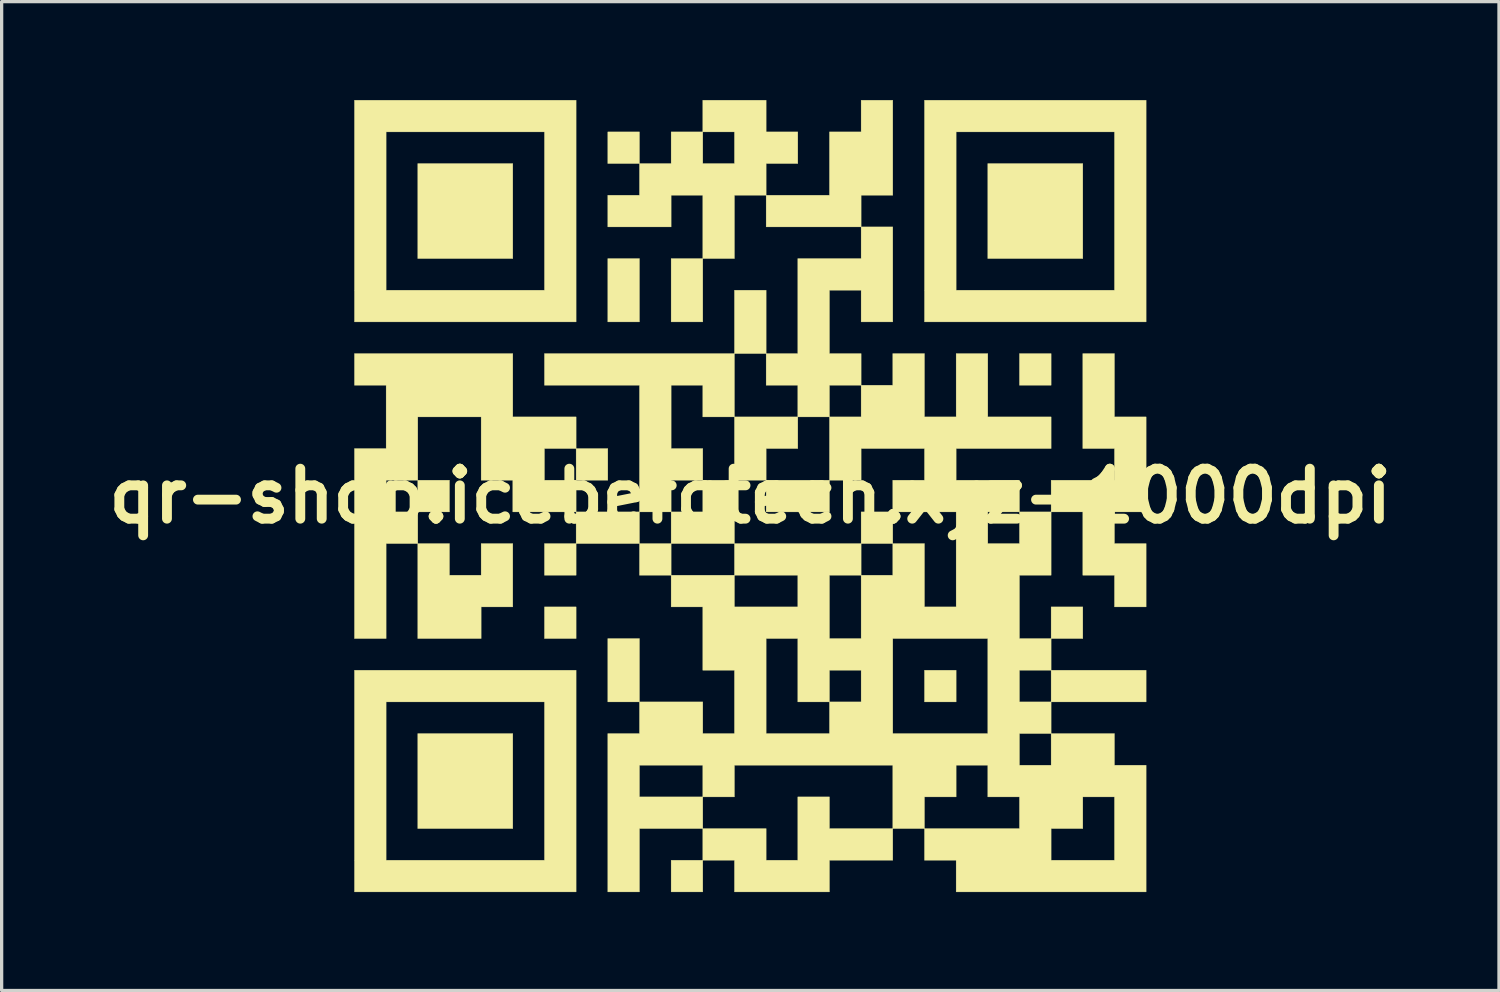
<source format=kicad_pcb>
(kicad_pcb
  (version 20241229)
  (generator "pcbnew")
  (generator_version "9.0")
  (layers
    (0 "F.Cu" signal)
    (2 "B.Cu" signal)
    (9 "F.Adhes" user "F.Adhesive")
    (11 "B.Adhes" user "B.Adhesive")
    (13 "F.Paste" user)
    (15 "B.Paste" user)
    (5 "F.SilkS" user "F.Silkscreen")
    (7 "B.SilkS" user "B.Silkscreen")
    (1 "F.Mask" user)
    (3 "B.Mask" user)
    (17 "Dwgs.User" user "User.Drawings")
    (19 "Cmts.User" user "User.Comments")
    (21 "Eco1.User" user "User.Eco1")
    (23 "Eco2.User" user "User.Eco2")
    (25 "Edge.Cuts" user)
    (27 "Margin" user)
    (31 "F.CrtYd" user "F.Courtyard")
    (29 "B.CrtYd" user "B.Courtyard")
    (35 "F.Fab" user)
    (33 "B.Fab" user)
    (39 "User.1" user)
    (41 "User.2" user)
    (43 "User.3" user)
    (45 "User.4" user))
  (footprint "qr-shop.icebergtech.xyz-1000dpi"
    (layer "F.Cu")
    (at 19.819 12.07)
    (property "Reference" "qr-shop.icebergtech.xyz-1000dpi" (at 0 0 0) (layer "F.SilkS") (effects (font (size 1.524 1.524) (thickness 0.3))))
    (attr through_hole)
    (fp_poly (pts (xy -9.169 0.483) (xy -10.135 0.483) (xy -10.135 -0.483) (xy -9.169 -0.483) (xy -9.169 0.483)) (stroke (width 0.01) (type solid)) (fill yes) (layer "F.SilkS"))
    (fp_poly (pts (xy -7.239 -7.239) (xy -10.135 -7.239) (xy -10.135 -10.135) (xy -7.239 -10.135) (xy -7.239 -7.239)) (stroke (width 0.01) (type solid)) (fill yes) (layer "F.SilkS"))
    (fp_poly (pts (xy -7.239 10.135) (xy -10.135 10.135) (xy -10.135 7.239) (xy -7.239 7.239) (xy -7.239 10.135)) (stroke (width 0.01) (type solid)) (fill yes) (layer "F.SilkS"))
    (fp_poly (pts (xy -5.309 2.413) (xy -6.274 2.413) (xy -6.274 1.448) (xy -5.309 1.448) (xy -5.309 2.413)) (stroke (width 0.01) (type solid)) (fill yes) (layer "F.SilkS"))
    (fp_poly (pts (xy -5.309 4.343) (xy -6.274 4.343) (xy -6.274 3.378) (xy -5.309 3.378) (xy -5.309 4.343)) (stroke (width 0.01) (type solid)) (fill yes) (layer "F.SilkS"))
    (fp_poly (pts (xy -3.378 -10.135) (xy -4.343 -10.135) (xy -4.343 -11.1) (xy -3.378 -11.1) (xy -3.378 -10.135)) (stroke (width 0.01) (type solid)) (fill yes) (layer "F.SilkS"))
    (fp_poly (pts (xy -3.378 -5.309) (xy -4.343 -5.309) (xy -4.343 -7.239) (xy -3.378 -7.239) (xy -3.378 -5.309)) (stroke (width 0.01) (type solid)) (fill yes) (layer "F.SilkS"))
    (fp_poly (pts (xy -3.378 6.274) (xy -4.343 6.274) (xy -4.343 4.343) (xy -3.378 4.343) (xy -3.378 6.274)) (stroke (width 0.01) (type solid)) (fill yes) (layer "F.SilkS"))
    (fp_poly (pts (xy -1.448 -5.309) (xy -2.413 -5.309) (xy -2.413 -7.239) (xy -1.448 -7.239) (xy -1.448 -5.309)) (stroke (width 0.01) (type solid)) (fill yes) (layer "F.SilkS"))
    (fp_poly (pts (xy -1.448 12.065) (xy -2.413 12.065) (xy -2.413 11.1) (xy -1.448 11.1) (xy -1.448 12.065)) (stroke (width 0.01) (type solid)) (fill yes) (layer "F.SilkS"))
    (fp_poly (pts (xy 2.413 0.483) (xy 0.483 0.483) (xy 0.483 -0.483) (xy 2.413 -0.483) (xy 2.413 0.483)) (stroke (width 0.01) (type solid)) (fill yes) (layer "F.SilkS"))
    (fp_poly (pts (xy 4.343 1.448) (xy 3.378 1.448) (xy 3.378 0.483) (xy 4.343 0.483) (xy 4.343 1.448)) (stroke (width 0.01) (type solid)) (fill yes) (layer "F.SilkS"))
    (fp_poly (pts (xy 6.274 6.274) (xy 5.309 6.274) (xy 5.309 5.309) (xy 6.274 5.309) (xy 6.274 6.274)) (stroke (width 0.01) (type solid)) (fill yes) (layer "F.SilkS"))
    (fp_poly (pts (xy 9.169 -3.378) (xy 8.204 -3.378) (xy 8.204 -4.343) (xy 9.169 -4.343) (xy 9.169 -3.378)) (stroke (width 0.01) (type solid)) (fill yes) (layer "F.SilkS"))
    (fp_poly (pts (xy 10.135 -7.239) (xy 7.239 -7.239) (xy 7.239 -10.135) (xy 10.135 -10.135) (xy 10.135 -7.239)) (stroke (width 0.01) (type solid)) (fill yes) (layer "F.SilkS"))
    (fp_poly (pts (xy 10.135 4.343) (xy 9.169 4.343) (xy 9.169 3.378) (xy 10.135 3.378) (xy 10.135 4.343)) (stroke (width 0.01) (type solid)) (fill yes) (layer "F.SilkS"))
    (fp_poly (pts (xy 12.065 6.274) (xy 9.169 6.274) (xy 9.169 5.309) (xy 12.065 5.309) (xy 12.065 6.274)) (stroke (width 0.01) (type solid)) (fill yes) (layer "F.SilkS"))
    (fp_poly (pts (xy -0.483 1.448) (xy -2.413 1.448) (xy -2.413 0.483) (xy -1.448 0.483) (xy -1.448 -0.483) (xy -0.483 -0.483) (xy -0.483 1.448)) (stroke (width 0.01) (type solid)) (fill yes) (layer "F.SilkS"))
    (fp_poly (pts (xy 1.448 -1.448) (xy 0.483 -1.448) (xy 0.483 -0.483) (xy -0.483 -0.483) (xy -0.483 -2.413) (xy 1.448 -2.413) (xy 1.448 -1.448)) (stroke (width 0.01) (type solid)) (fill yes) (layer "F.SilkS"))
    (fp_poly (pts (xy -9.169 2.413) (xy -8.204 2.413) (xy -8.204 1.448) (xy -7.239 1.448) (xy -7.239 3.378) (xy -8.204 3.378) (xy -8.204 4.343) (xy -10.135 4.343) (xy -10.135 1.448) (xy -9.169 1.448) (xy -9.169 2.413)) (stroke (width 0.01) (type solid)) (fill yes) (layer "F.SilkS"))
    (fp_poly (pts (xy 4.343 -9.169) (xy 3.378 -9.169) (xy 3.378 -8.204) (xy 0.483 -8.204) (xy 0.483 -9.169) (xy 2.413 -9.169) (xy 2.413 -11.1) (xy 3.378 -11.1) (xy 3.378 -12.065) (xy 4.343 -12.065) (xy 4.343 -9.169)) (stroke (width 0.01) (type solid)) (fill yes) (layer "F.SilkS"))
    (fp_poly (pts (xy -5.309 -5.309) (xy -12.065 -5.309) (xy -12.065 -11.1) (xy -11.1 -11.1) (xy -11.1 -6.274) (xy -6.274 -6.274) (xy -6.274 -11.1) (xy -11.1 -11.1) (xy -12.065 -11.1) (xy -12.065 -12.065) (xy -5.309 -12.065) (xy -5.309 -5.309)) (stroke (width 0.01) (type solid)) (fill yes) (layer "F.SilkS"))
    (fp_poly (pts (xy -5.309 12.065) (xy -12.065 12.065) (xy -12.065 6.274) (xy -11.1 6.274) (xy -11.1 11.1) (xy -6.274 11.1) (xy -6.274 6.274) (xy -11.1 6.274) (xy -12.065 6.274) (xy -12.065 5.309) (xy -5.309 5.309) (xy -5.309 12.065)) (stroke (width 0.01) (type solid)) (fill yes) (layer "F.SilkS"))
    (fp_poly (pts (xy 12.065 -5.309) (xy 5.309 -5.309) (xy 5.309 -11.1) (xy 6.274 -11.1) (xy 6.274 -6.274) (xy 11.1 -6.274) (xy 11.1 -11.1) (xy 6.274 -11.1) (xy 5.309 -11.1) (xy 5.309 -12.065) (xy 12.065 -12.065) (xy 12.065 -5.309)) (stroke (width 0.01) (type solid)) (fill yes) (layer "F.SilkS"))
    (fp_poly (pts (xy 11.1 -2.413) (xy 12.065 -2.413) (xy 12.065 0.483) (xy 11.1 0.483) (xy 11.1 1.448) (xy 12.065 1.448) (xy 12.065 3.378) (xy 11.1 3.378) (xy 11.1 2.413) (xy 10.135 2.413) (xy 10.135 0.483) (xy 9.169 0.483) (xy 9.169 -0.483) (xy 11.1 -0.483) (xy 11.1 -1.448) (xy 10.135 -1.448) (xy 10.135 -4.343) (xy 11.1 -4.343) (xy 11.1 -2.413)) (stroke (width 0.01) (type solid)) (fill yes) (layer "F.SilkS"))
    (fp_poly (pts (xy 0.483 -11.1) (xy 1.448 -11.1) (xy 1.448 -10.135) (xy 0.483 -10.135) (xy 0.483 -9.169) (xy -0.483 -9.169) (xy -0.483 -7.239) (xy -1.448 -7.239) (xy -1.448 -9.169) (xy -2.413 -9.169) (xy -2.413 -8.204) (xy -4.343 -8.204) (xy -4.343 -9.169) (xy -3.378 -9.169) (xy -3.378 -10.135) (xy -2.413 -10.135) (xy -2.413 -11.1) (xy -1.448 -11.1) (xy -1.448 -10.135) (xy -0.483 -10.135) (xy -0.483 -11.1) (xy -1.448 -11.1) (xy -1.448 -12.065) (xy 0.483 -12.065) (xy 0.483 -11.1)) (stroke (width 0.01) (type solid)) (fill yes) (layer "F.SilkS"))
    (fp_poly (pts (xy -4.343 -1.448) (xy -4.343 -0.483) (xy -5.309 -0.483) (xy -5.309 0.483) (xy -7.239 0.483) (xy -7.239 -0.483) (xy -8.204 -0.483) (xy -8.204 -1.448) (xy -6.274 -1.448) (xy -6.274 -0.483) (xy -5.309 -0.483) (xy -5.309 -1.448) (xy -6.274 -1.448) (xy -8.204 -1.448) (xy -8.204 -2.413) (xy -10.135 -2.413) (xy -10.135 -0.483) (xy -11.1 -0.483) (xy -11.1 0.483) (xy -10.135 0.483) (xy -10.135 1.448) (xy -11.1 1.448) (xy -11.1 4.343) (xy -12.065 4.343) (xy -12.065 -1.448) (xy -11.1 -1.448) (xy -11.1 -3.378) (xy -12.065 -3.378) (xy -12.065 -4.343) (xy -7.239 -4.343) (xy -7.239 -2.413) (xy -5.309 -2.413) (xy -5.309 -1.448) (xy -4.343 -1.448)) (stroke (width 0.01) (type solid)) (fill yes) (layer "F.SilkS"))
    (fp_poly (pts (xy 11.1 7.239) (xy 11.1 8.204) (xy 12.065 8.204) (xy 12.065 12.065) (xy 6.274 12.065) (xy 6.274 11.1) (xy 5.309 11.1) (xy 5.309 10.135) (xy 4.343 10.135) (xy 4.343 11.1) (xy 2.413 11.1) (xy 2.413 12.065) (xy -0.483 12.065) (xy -0.483 11.1) (xy -1.448 11.1) (xy -1.448 10.135) (xy -3.378 10.135) (xy -3.378 12.065) (xy -4.343 12.065) (xy -4.343 8.204) (xy -3.378 8.204) (xy -3.378 9.169) (xy -1.448 9.169) (xy -1.448 10.135) (xy 0.483 10.135) (xy 0.483 11.1) (xy 1.448 11.1) (xy 1.448 9.169) (xy 2.413 9.169) (xy 2.413 10.135) (xy 4.343 10.135) (xy 4.343 9.169) (xy 5.309 9.169) (xy 5.309 10.135) (xy 8.204 10.135) (xy 9.169 10.135) (xy 9.169 11.1) (xy 11.1 11.1) (xy 11.1 9.169) (xy 10.135 9.169) (xy 10.135 10.135) (xy 9.169 10.135) (xy 8.204 10.135) (xy 8.204 9.169) (xy 7.239 9.169) (xy 7.239 8.204) (xy 6.274 8.204) (xy 6.274 9.169) (xy 5.309 9.169) (xy 4.343 9.169) (xy 4.343 8.204) (xy -0.483 8.204) (xy -0.483 9.169) (xy -1.448 9.169) (xy -1.448 8.204) (xy -3.378 8.204) (xy -4.343 8.204) (xy -4.343 7.239) (xy -3.378 7.239) (xy -3.378 6.274) (xy -1.448 6.274) (xy -1.448 7.239) (xy -0.483 7.239) (xy -0.483 5.309) (xy -1.448 5.309) (xy -1.448 4.343) (xy 0.483 4.343) (xy 0.483 7.239) (xy 2.413 7.239) (xy 2.413 6.274) (xy 1.448 6.274) (xy 1.448 5.309) (xy 2.413 5.309) (xy 2.413 6.274) (xy 3.378 6.274) (xy 3.378 5.309) (xy 2.413 5.309) (xy 1.448 5.309) (xy 1.448 4.343) (xy 0.483 4.343) (xy -1.448 4.343) (xy -1.448 3.378) (xy -2.413 3.378) (xy -2.413 2.413) (xy -3.378 2.413) (xy -3.378 1.448) (xy -5.309 1.448) (xy -5.309 0.483) (xy -3.378 0.483) (xy -3.378 1.448) (xy -2.413 1.448) (xy -2.413 2.413) (xy -0.483 2.413) (xy -0.483 3.378) (xy 1.448 3.378) (xy 1.448 2.413) (xy 2.413 2.413) (xy 2.413 4.343) (xy 3.378 4.343) (xy 4.343 4.343) (xy 4.343 7.239) (xy 7.239 7.239) (xy 8.204 7.239) (xy 8.204 8.204) (xy 9.169 8.204) (xy 9.169 7.239) (xy 8.204 7.239) (xy 7.239 7.239) (xy 7.239 4.343) (xy 4.343 4.343) (xy 3.378 4.343) (xy 3.378 2.413) (xy 2.413 2.413) (xy 1.448 2.413) (xy -0.483 2.413) (xy -0.483 1.448) (xy 3.378 1.448) (xy 3.378 2.413) (xy 4.343 2.413) (xy 4.343 1.448) (xy 5.309 1.448) (xy 5.309 3.378) (xy 6.274 3.378) (xy 6.274 0.483) (xy 7.239 0.483) (xy 7.239 1.448) (xy 8.204 1.448) (xy 8.204 0.483) (xy 7.239 0.483) (xy 6.274 0.483) (xy 4.343 0.483) (xy 4.343 -0.483) (xy 5.309 -0.483) (xy 5.309 -1.448) (xy 3.378 -1.448) (xy 3.378 -0.483) (xy 2.413 -0.483) (xy 2.413 -2.413) (xy 1.448 -2.413) (xy 1.448 -3.378) (xy 2.413 -3.378) (xy 2.413 -2.413) (xy 3.378 -2.413) (xy 3.378 -3.378) (xy 2.413 -3.378) (xy 1.448 -3.378) (xy 0.483 -3.378) (xy 0.483 -4.343) (xy -0.483 -4.343) (xy -0.483 -2.413) (xy -1.448 -2.413) (xy -1.448 -3.378) (xy -2.413 -3.378) (xy -2.413 -1.448) (xy -1.448 -1.448) (xy -1.448 -0.483) (xy -2.413 -0.483) (xy -2.413 0.483) (xy -3.378 0.483) (xy -3.378 -3.378) (xy -6.274 -3.378) (xy -6.274 -4.343) (xy -0.483 -4.343) (xy -0.483 -6.274) (xy 0.483 -6.274) (xy 0.483 -4.343) (xy 1.448 -4.343) (xy 1.448 -7.239) (xy 3.378 -7.239) (xy 3.378 -8.204) (xy 4.343 -8.204) (xy 4.343 -5.309) (xy 3.378 -5.309) (xy 3.378 -6.274) (xy 2.413 -6.274) (xy 2.413 -4.343) (xy 3.378 -4.343) (xy 3.378 -3.378) (xy 4.343 -3.378) (xy 4.343 -4.343) (xy 5.309 -4.343) (xy 5.309 -2.413) (xy 6.274 -2.413) (xy 6.274 -4.343) (xy 7.239 -4.343) (xy 7.239 -2.413) (xy 9.169 -2.413) (xy 9.169 -1.448) (xy 6.274 -1.448) (xy 6.274 -0.483) (xy 8.204 -0.483) (xy 8.204 0.483) (xy 9.169 0.483) (xy 9.169 2.413) (xy 8.204 2.413) (xy 8.204 4.343) (xy 9.169 4.343) (xy 9.169 5.309) (xy 8.204 5.309) (xy 8.204 6.274) (xy 9.169 6.274) (xy 9.169 7.239) (xy 11.1 7.239)) (stroke (width 0.01) (type solid)) (fill yes) (layer "F.SilkS")))
  (gr_rect
    (start -3 -3)
    (end 42.639 27.14)
    (stroke (width 0.1) (type default))
    (fill no)
    (layer "Edge.Cuts")))
</source>
